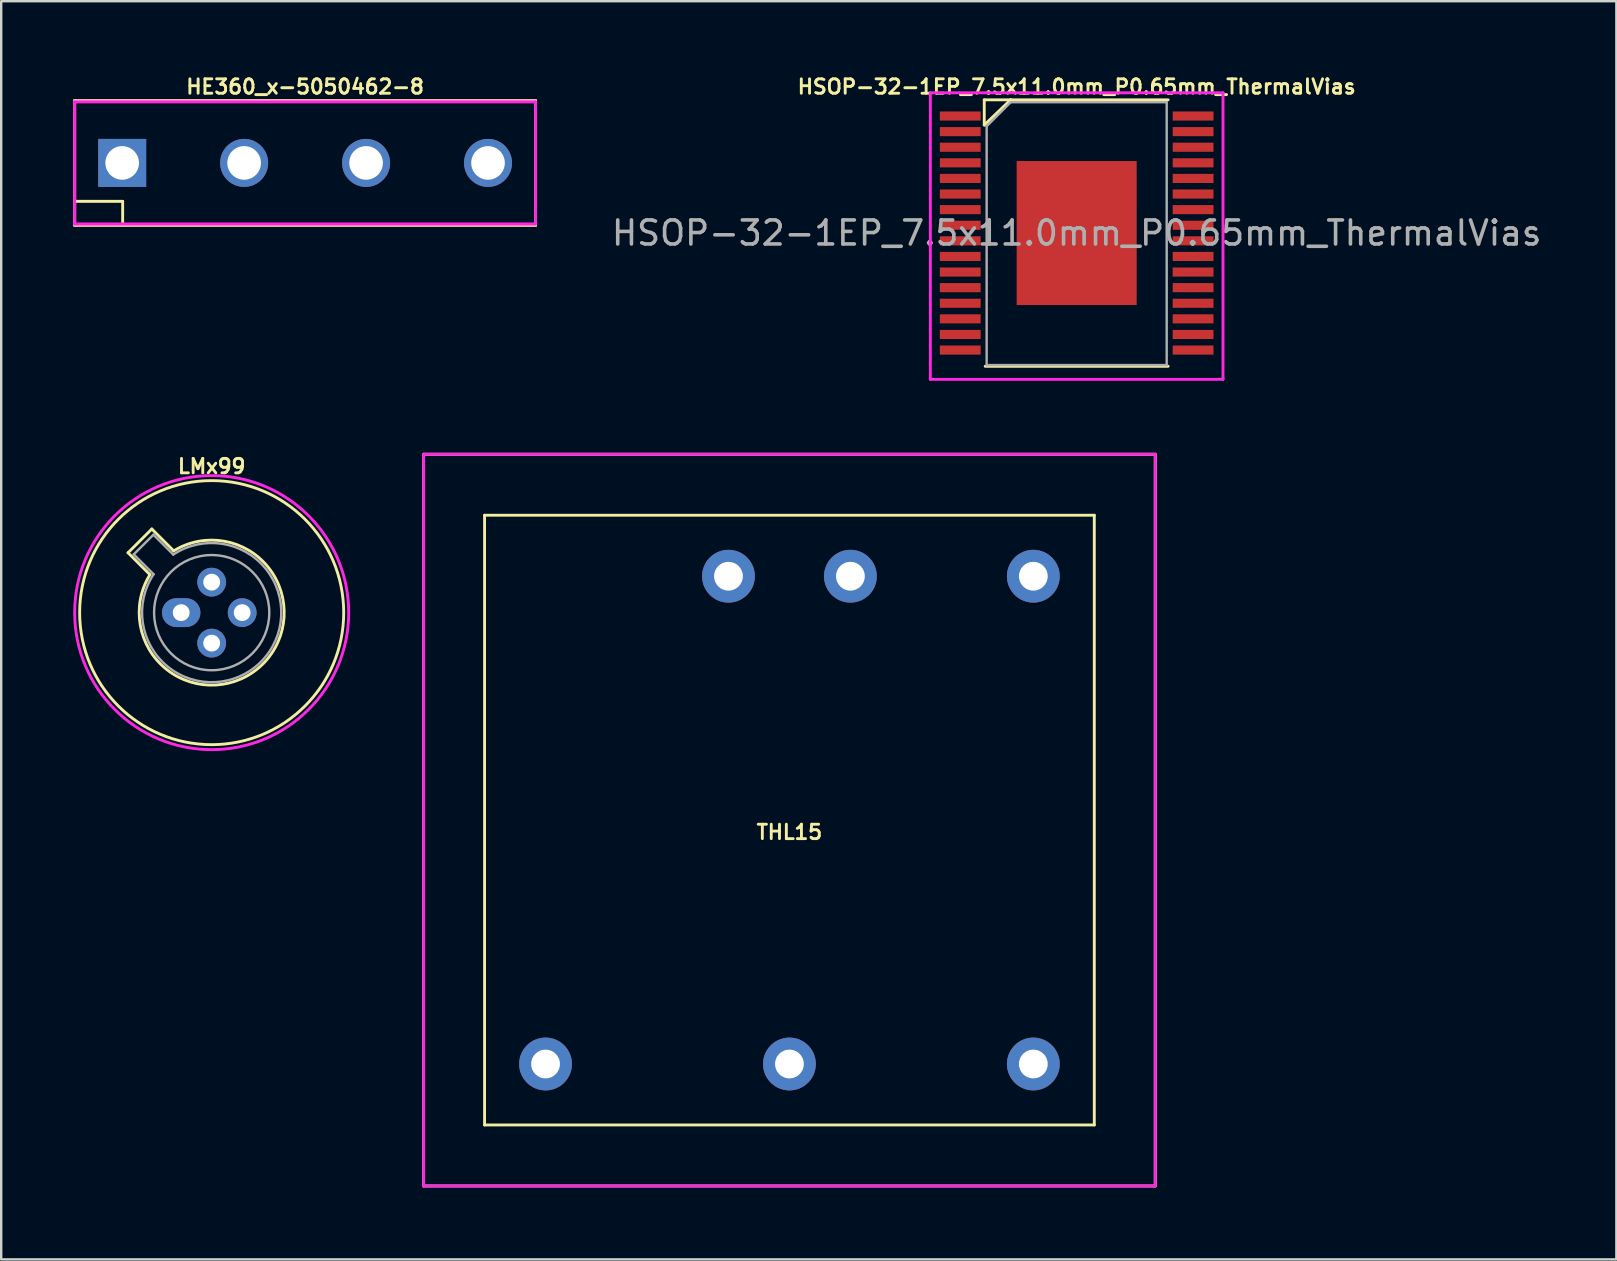
<source format=kicad_pcb>
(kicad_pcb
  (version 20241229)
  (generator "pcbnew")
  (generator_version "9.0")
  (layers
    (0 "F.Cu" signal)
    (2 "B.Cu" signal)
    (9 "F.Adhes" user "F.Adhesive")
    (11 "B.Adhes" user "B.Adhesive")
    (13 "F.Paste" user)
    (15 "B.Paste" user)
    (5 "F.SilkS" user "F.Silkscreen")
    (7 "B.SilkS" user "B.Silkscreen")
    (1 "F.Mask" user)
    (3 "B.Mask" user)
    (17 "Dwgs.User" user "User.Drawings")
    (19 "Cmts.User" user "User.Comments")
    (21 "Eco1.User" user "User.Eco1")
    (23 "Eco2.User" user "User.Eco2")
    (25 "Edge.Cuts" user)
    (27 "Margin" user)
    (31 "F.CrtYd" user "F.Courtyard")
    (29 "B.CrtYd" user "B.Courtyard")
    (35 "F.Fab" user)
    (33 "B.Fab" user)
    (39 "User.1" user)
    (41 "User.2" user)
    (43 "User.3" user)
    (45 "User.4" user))
  (footprint "LMx99"
    (layer "F.Cu")
    (at 5.768 22.471)
    (property "Reference" "LMx99" (at 0 -6.096 0) (layer "F.SilkS") (effects (font (size 0.6 0.6) (thickness 0.12))))
    (attr through_hole)
    (fp_line (start -3.484 -2.494) (end -2.572 -1.582) (stroke (width 0.12) (type solid)) (layer "F.SilkS"))
    (fp_line (start -2.494 -3.484) (end -3.484 -2.494) (stroke (width 0.12) (type solid)) (layer "F.SilkS"))
    (fp_line (start -1.582 -2.572) (end -2.494 -3.484) (stroke (width 0.12) (type solid)) (layer "F.SilkS"))
    (fp_arc (start -1.582331 -2.572281) (mid 2.135374 2.135551) (end -2.57215 -1.582544) (stroke (width 0.12) (type solid)) (layer "F.SilkS"))
    (fp_circle (center 0 0) (end 5.5 0) (stroke (width 0.12) (type solid)) (fill no) (layer "F.SilkS"))
    (fp_circle (center 0 0) (end 4.826 -3.048) (stroke (width 0.12) (type solid)) (fill no) (layer "F.CrtYd"))
    (fp_line (start -3.247 -2.426) (end -2.419 -1.599) (stroke (width 0.1) (type solid)) (layer "F.Fab"))
    (fp_line (start -2.426 -3.247) (end -3.247 -2.426) (stroke (width 0.1) (type solid)) (layer "F.Fab"))
    (fp_line (start -1.599 -2.419) (end -2.426 -3.247) (stroke (width 0.1) (type solid)) (layer "F.Fab"))
    (fp_arc (start -1.599057 -2.419301) (mid 2.051076 2.050143) (end -2.420029 -1.597956) (stroke (width 0.1) (type solid)) (layer "F.Fab"))
    (fp_circle (center 0 0) (end 2.4 0) (stroke (width 0.1) (type solid)) (fill no) (layer "F.Fab"))
    (pad "1" thru_hole oval (at -1.27 0) (size 1.6 1.2) (drill 0.7) (layers "*.Cu" "*.Mask"))
    (pad "2" thru_hole oval (at 0 1.27) (size 1.2 1.2) (drill 0.7) (layers "*.Cu" "*.Mask"))
    (pad "3" thru_hole oval (at 1.27 0) (size 1.2 1.2) (drill 0.7) (layers "*.Cu" "*.Mask"))
    (pad "4" thru_hole oval (at 0 -1.27) (size 1.2 1.2) (drill 0.7) (layers "*.Cu" "*.Mask")))
  (footprint "HSOP-32-1EP_7.5x11.0mm_P0.65mm_ThermalVias"
    (layer "F.Cu")
    (at 41.802 6.658)
    (property "Reference" "HSOP-32-1EP_7.5x11.0mm_P0.65mm_ThermalVias" (at 0 -6.096 0) (layer "F.SilkS") (effects (font (size 0.6 0.6) (thickness 0.12))))
    (attr smd)
    (fp_line (start -3.85 -5.55) (end -3.85 -4.5) (stroke (width 0.12) (type solid)) (layer "F.SilkS"))
    (fp_line (start -2.75 -5.55) (end -3.85 -5.55) (stroke (width 0.12) (type solid)) (layer "F.SilkS"))
    (fp_line (start -2.75 -5.55) (end -3.85 -4.5) (stroke (width 0.12) (type solid)) (layer "F.SilkS"))
    (fp_line (start 3.81 -5.55) (end -2.75 -5.55) (stroke (width 0.12) (type solid)) (layer "F.SilkS"))
    (fp_line (start 3.81 5.55) (end -3.81 5.55) (stroke (width 0.12) (type solid)) (layer "F.SilkS"))
    (fp_line (start -6.096 -5.842) (end 6.096 -5.842) (stroke (width 0.12) (type solid)) (layer "F.CrtYd"))
    (fp_line (start -6.096 6.096) (end -6.096 -5.842) (stroke (width 0.12) (type solid)) (layer "F.CrtYd"))
    (fp_line (start 6.096 -5.842) (end 6.096 6.096) (stroke (width 0.12) (type solid)) (layer "F.CrtYd"))
    (fp_line (start 6.096 6.096) (end -6.096 6.096) (stroke (width 0.12) (type solid)) (layer "F.CrtYd"))
    (fp_line (start -3.75 -4.45) (end -3.75 5.5) (stroke (width 0.1) (type solid)) (layer "F.Fab"))
    (fp_line (start -3.75 5.5) (end 3.75 5.5) (stroke (width 0.1) (type solid)) (layer "F.Fab"))
    (fp_line (start -2.75 -5.45) (end -3.75 -4.45) (stroke (width 0.1) (type solid)) (layer "F.Fab"))
    (fp_line (start 3.75 -5.45) (end -2.75 -5.45) (stroke (width 0.1) (type solid)) (layer "F.Fab"))
    (fp_line (start 3.75 5.5) (end 3.75 -5.45) (stroke (width 0.1) (type solid)) (layer "F.Fab"))
    (fp_text user "${REFERENCE}" (at 0 0 0) (layer "F.Fab") (effects (font (size 1 1) (thickness 0.15))))
    (pad "1" smd rect (at -4.85 -4.875) (size 1.7 0.38) (layers "F.Cu" "F.Mask" "F.Paste"))
    (pad "2" smd rect (at -4.85 -4.225) (size 1.7 0.38) (layers "F.Cu" "F.Mask" "F.Paste"))
    (pad "3" smd rect (at -4.85 -3.575) (size 1.7 0.38) (layers "F.Cu" "F.Mask" "F.Paste"))
    (pad "4" smd rect (at -4.85 -2.925) (size 1.7 0.38) (layers "F.Cu" "F.Mask" "F.Paste"))
    (pad "5" smd rect (at -4.85 -2.275) (size 1.7 0.38) (layers "F.Cu" "F.Mask" "F.Paste"))
    (pad "6" smd rect (at -4.85 -1.625) (size 1.7 0.38) (layers "F.Cu" "F.Mask" "F.Paste"))
    (pad "7" smd rect (at -4.85 -0.975) (size 1.7 0.38) (layers "F.Cu" "F.Mask" "F.Paste"))
    (pad "8" smd rect (at -4.85 -0.325) (size 1.7 0.38) (layers "F.Cu" "F.Mask" "F.Paste"))
    (pad "9" smd rect (at -4.85 0.325) (size 1.7 0.38) (layers "F.Cu" "F.Mask" "F.Paste"))
    (pad "10" smd rect (at -4.85 0.975) (size 1.7 0.38) (layers "F.Cu" "F.Mask" "F.Paste"))
    (pad "11" smd rect (at -4.85 1.625) (size 1.7 0.38) (layers "F.Cu" "F.Mask" "F.Paste"))
    (pad "12" smd rect (at -4.85 2.275) (size 1.7 0.38) (layers "F.Cu" "F.Mask" "F.Paste"))
    (pad "13" smd rect (at -4.85 2.925) (size 1.7 0.38) (layers "F.Cu" "F.Mask" "F.Paste"))
    (pad "14" smd rect (at -4.85 3.575) (size 1.7 0.38) (layers "F.Cu" "F.Mask" "F.Paste"))
    (pad "15" smd rect (at -4.85 4.225) (size 1.7 0.38) (layers "F.Cu" "F.Mask" "F.Paste"))
    (pad "16" smd rect (at -4.85 4.875) (size 1.7 0.38) (layers "F.Cu" "F.Mask" "F.Paste"))
    (pad "17" smd rect (at 4.85 4.875) (size 1.7 0.38) (layers "F.Cu" "F.Mask" "F.Paste"))
    (pad "18" smd rect (at 4.85 4.225) (size 1.7 0.38) (layers "F.Cu" "F.Mask" "F.Paste"))
    (pad "19" smd rect (at 4.85 3.575) (size 1.7 0.38) (layers "F.Cu" "F.Mask" "F.Paste"))
    (pad "20" smd rect (at 4.85 2.925) (size 1.7 0.38) (layers "F.Cu" "F.Mask" "F.Paste"))
    (pad "21" smd rect (at 4.85 2.275) (size 1.7 0.38) (layers "F.Cu" "F.Mask" "F.Paste"))
    (pad "22" smd rect (at 4.85 1.625) (size 1.7 0.38) (layers "F.Cu" "F.Mask" "F.Paste"))
    (pad "23" smd rect (at 4.85 0.975) (size 1.7 0.38) (layers "F.Cu" "F.Mask" "F.Paste"))
    (pad "24" smd rect (at 4.85 0.325) (size 1.7 0.38) (layers "F.Cu" "F.Mask" "F.Paste"))
    (pad "25" smd rect (at 4.85 -0.325) (size 1.7 0.38) (layers "F.Cu" "F.Mask" "F.Paste"))
    (pad "26" smd rect (at 4.85 -0.975) (size 1.7 0.38) (layers "F.Cu" "F.Mask" "F.Paste"))
    (pad "27" smd rect (at 4.85 -1.625) (size 1.7 0.38) (layers "F.Cu" "F.Mask" "F.Paste"))
    (pad "28" smd rect (at 4.85 -2.275) (size 1.7 0.38) (layers "F.Cu" "F.Mask" "F.Paste"))
    (pad "29" smd rect (at 4.85 -2.925) (size 1.7 0.38) (layers "F.Cu" "F.Mask" "F.Paste"))
    (pad "30" smd rect (at 4.85 -3.575) (size 1.7 0.38) (layers "F.Cu" "F.Mask" "F.Paste"))
    (pad "31" smd rect (at 4.85 -4.225) (size 1.7 0.38) (layers "F.Cu" "F.Mask" "F.Paste"))
    (pad "32" smd rect (at 4.85 -4.875) (size 1.7 0.38) (layers "F.Cu" "F.Mask" "F.Paste"))
    (pad "33" smd rect (at 0 0) (size 5 6) (layers "F.Cu" "F.Mask" "F.Paste")))
  (footprint "THL15"
    (layer "F.Cu")
    (at 29.836 31.114)
    (property "Reference" "THL15" (at 0 0.5 0) (layer "F.SilkS") (effects (font (size 0.6 0.6) (thickness 0.12))))
    (attr through_hole)
    (fp_line (start -15.24 -15.24) (end 15.24 -15.24) (stroke (width 0.12) (type solid)) (layer "F.SilkS"))
    (fp_line (start -15.24 15.24) (end -15.24 -15.24) (stroke (width 0.12) (type solid)) (layer "F.SilkS"))
    (fp_line (start -12.7 -12.7) (end 12.7 -12.7) (stroke (width 0.12) (type solid)) (layer "F.SilkS"))
    (fp_line (start -12.7 12.7) (end -12.7 -12.7) (stroke (width 0.12) (type solid)) (layer "F.SilkS"))
    (fp_line (start 12.7 -12.7) (end 12.7 12.7) (stroke (width 0.12) (type solid)) (layer "F.SilkS"))
    (fp_line (start 12.7 12.7) (end -12.7 12.7) (stroke (width 0.12) (type solid)) (layer "F.SilkS"))
    (fp_line (start 15.24 -15.24) (end 15.24 15.24) (stroke (width 0.12) (type solid)) (layer "F.SilkS"))
    (fp_line (start 15.24 15.24) (end -15.24 15.24) (stroke (width 0.12) (type solid)) (layer "F.SilkS"))
    (fp_line (start -15.24 -15.24) (end 15.24 -15.24) (stroke (width 0.12) (type solid)) (layer "F.CrtYd"))
    (fp_line (start -15.24 15.24) (end -15.24 -15.24) (stroke (width 0.12) (type solid)) (layer "F.CrtYd"))
    (fp_line (start 15.24 -15.24) (end 15.24 15.24) (stroke (width 0.12) (type solid)) (layer "F.CrtYd"))
    (fp_line (start 15.24 15.24) (end -15.24 15.24) (stroke (width 0.12) (type solid)) (layer "F.CrtYd"))
    (pad "1" thru_hole circle (at -2.54 -10.16) (size 2.2 2.2) (drill 1.2) (layers "*.Cu" "*.Mask"))
    (pad "2" thru_hole circle (at 2.54 -10.16) (size 2.2 2.2) (drill 1.2) (layers "*.Cu" "*.Mask"))
    (pad "3" thru_hole circle (at -10.16 10.16) (size 2.2 2.2) (drill 1.2) (layers "*.Cu" "*.Mask"))
    (pad "4" thru_hole circle (at 0 10.16) (size 2.2 2.2) (drill 1.2) (layers "*.Cu" "*.Mask"))
    (pad "5" thru_hole circle (at 10.16 10.16) (size 2.2 2.2) (drill 1.2) (layers "*.Cu" "*.Mask"))
    (pad "6" thru_hole circle (at 10.16 -10.16) (size 2.2 2.2) (drill 1.2) (layers "*.Cu" "*.Mask")))
  (footprint "HE360_x-5050462-8"
    (layer "F.Cu")
    (at 9.66 3.737)
    (property "Reference" "HE360_x-5050462-8" (at 0 -3.175 0) (layer "F.SilkS") (effects (font (size 0.6 0.6) (thickness 0.12))))
    (attr through_hole)
    (fp_line (start -9.6 -2.6) (end -9.6 2.6) (stroke (width 0.12) (type solid)) (layer "F.SilkS"))
    (fp_line (start -9.6 1.6) (end -7.6 1.6) (stroke (width 0.12) (type solid)) (layer "F.SilkS"))
    (fp_line (start -9.6 2.6) (end 9.6 2.6) (stroke (width 0.12) (type solid)) (layer "F.SilkS"))
    (fp_line (start -7.6 1.6) (end -7.6 2.6) (stroke (width 0.12) (type solid)) (layer "F.SilkS"))
    (fp_line (start 9.6 -2.6) (end -9.6 -2.6) (stroke (width 0.12) (type solid)) (layer "F.SilkS"))
    (fp_line (start 9.6 2.6) (end 9.6 -2.6) (stroke (width 0.12) (type solid)) (layer "F.SilkS"))
    (fp_line (start -9.6 -2.6) (end -9.6 2.6) (stroke (width 0.12) (type solid)) (layer "B.SilkS"))
    (fp_line (start -9.6 2.6) (end 9.6 2.6) (stroke (width 0.12) (type solid)) (layer "B.SilkS"))
    (fp_line (start 9.6 -2.6) (end -9.6 -2.6) (stroke (width 0.12) (type solid)) (layer "B.SilkS"))
    (fp_line (start 9.6 2.6) (end 9.6 -2.6) (stroke (width 0.12) (type solid)) (layer "B.SilkS"))
    (fp_line (start -9.6 -2.54) (end 9.6 -2.54) (stroke (width 0.12) (type solid)) (layer "F.CrtYd"))
    (fp_line (start -9.6 2.54) (end -9.6 -2.54) (stroke (width 0.12) (type solid)) (layer "F.CrtYd"))
    (fp_line (start 9.6 -2.54) (end 9.6 2.54) (stroke (width 0.12) (type solid)) (layer "F.CrtYd"))
    (fp_line (start 9.6 2.54) (end -9.6 2.54) (stroke (width 0.12) (type solid)) (layer "F.CrtYd"))
    (pad "1" thru_hole rect (at -7.62 0) (size 2 2) (drill 1.4) (layers "*.Cu" "*.Mask"))
    (pad "2" thru_hole circle (at -2.54 0) (size 2 2) (drill 1.4) (layers "*.Cu" "*.Mask"))
    (pad "3" thru_hole circle (at 2.54 0) (size 2 2) (drill 1.4) (layers "*.Cu" "*.Mask"))
    (pad "4" thru_hole circle (at 7.62 0) (size 2 2) (drill 1.4) (layers "*.Cu" "*.Mask")))
  (gr_rect
    (start -3 -3)
    (end 64.284 49.414)
    (stroke (width 0.1) (type default))
    (fill no)
    (layer "Edge.Cuts")))
</source>
